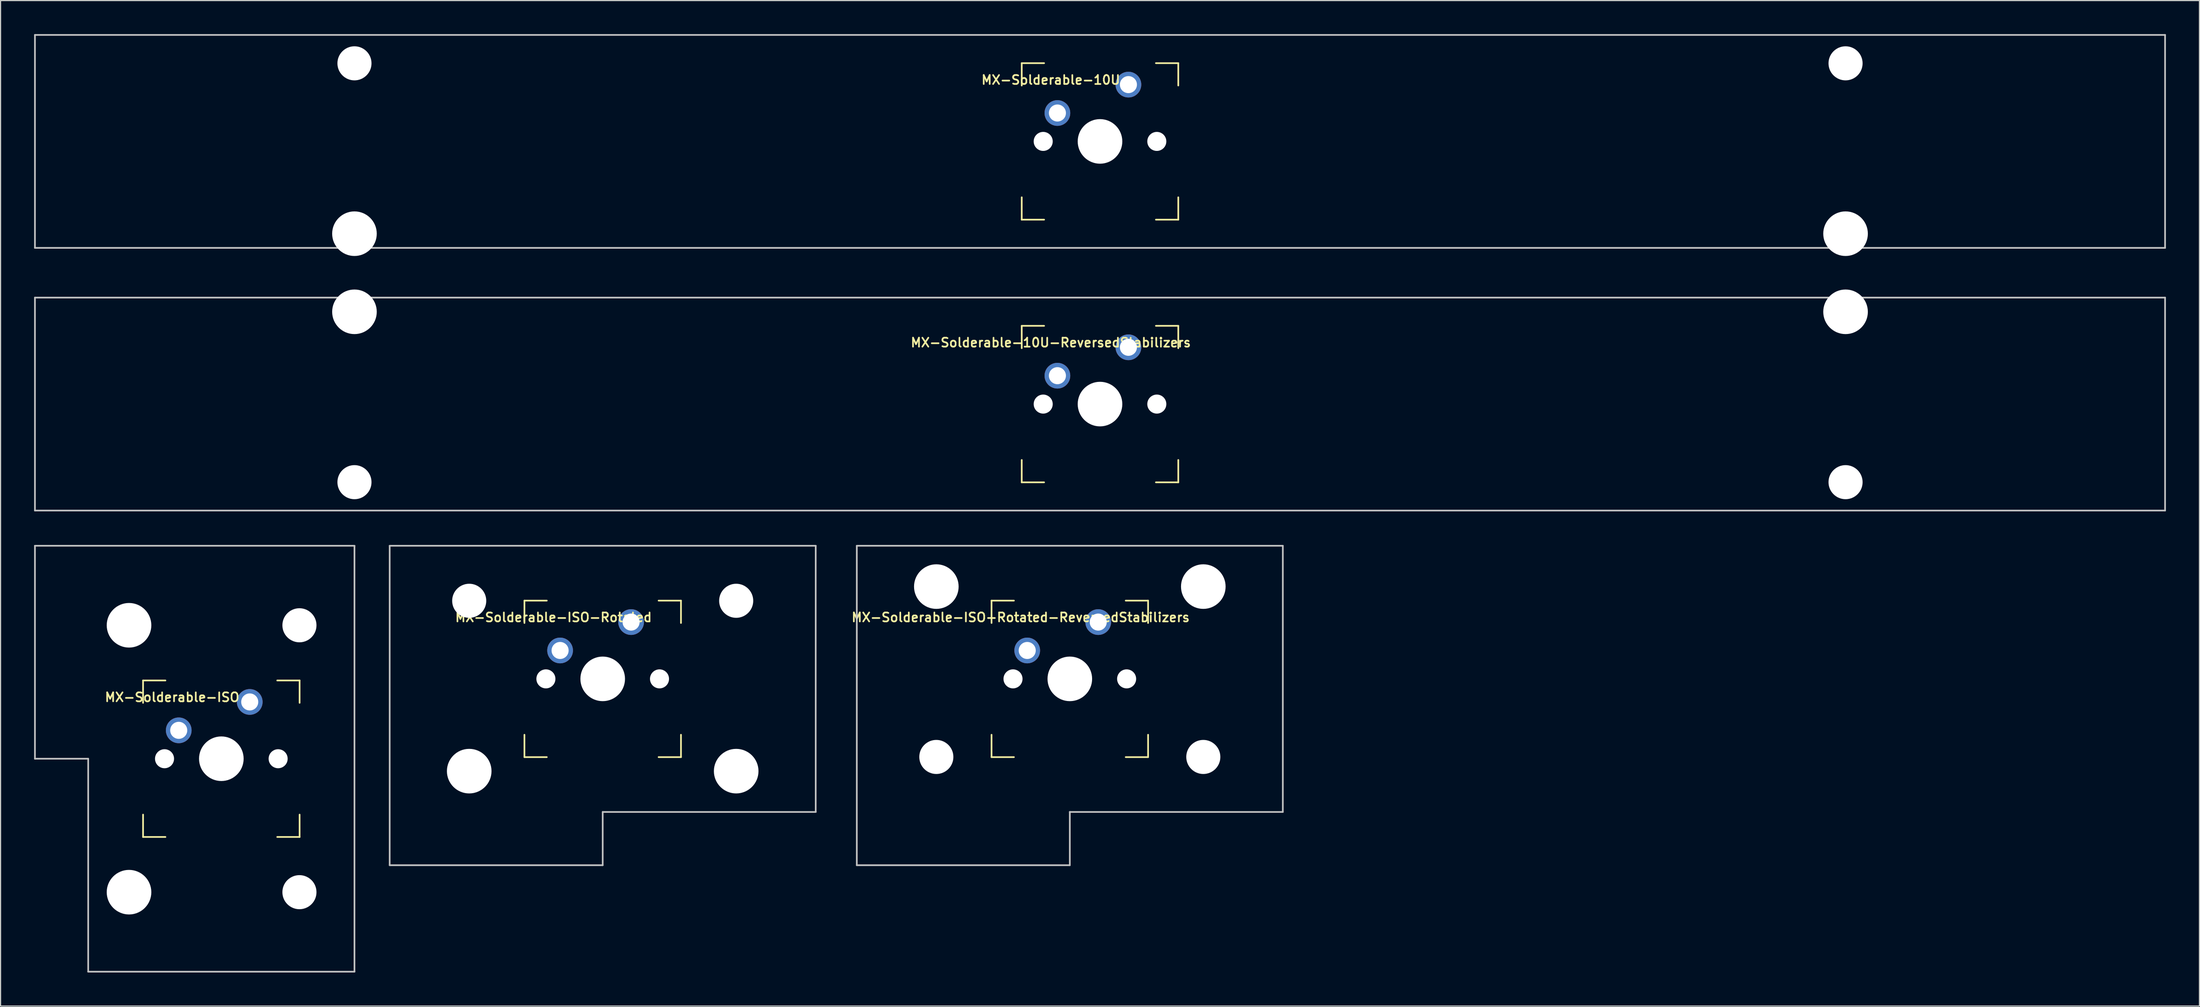
<source format=kicad_pcb>
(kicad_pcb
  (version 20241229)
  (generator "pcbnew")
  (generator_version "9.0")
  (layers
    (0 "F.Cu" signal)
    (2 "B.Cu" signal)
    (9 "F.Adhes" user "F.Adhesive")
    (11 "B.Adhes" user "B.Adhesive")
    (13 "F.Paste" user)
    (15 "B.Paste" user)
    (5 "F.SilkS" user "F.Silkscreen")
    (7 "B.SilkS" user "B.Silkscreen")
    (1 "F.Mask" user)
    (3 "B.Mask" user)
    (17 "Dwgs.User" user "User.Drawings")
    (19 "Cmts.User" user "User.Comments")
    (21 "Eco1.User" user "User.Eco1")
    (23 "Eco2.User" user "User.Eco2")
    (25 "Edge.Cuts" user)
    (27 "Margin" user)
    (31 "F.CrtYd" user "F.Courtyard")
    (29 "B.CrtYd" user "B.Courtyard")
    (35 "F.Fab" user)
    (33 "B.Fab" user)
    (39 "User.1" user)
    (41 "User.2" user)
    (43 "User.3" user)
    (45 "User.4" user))
  (footprint "MX-Solderable-10U"
    (layer "F.Cu")
    (at 95.325 9.6)
    (property "Reference" "MX-Solderable-10U" (at -4.4 -5.5 0) (layer "F.SilkS") (effects (font (size 0.8 0.8) (thickness 0.15))))
    (attr through_hole)
    (fp_line (start -7 -7) (end -7 -5) (stroke (width 0.15) (type solid)) (layer "F.SilkS"))
    (fp_line (start -7 5) (end -7 7) (stroke (width 0.15) (type solid)) (layer "F.SilkS"))
    (fp_line (start -7 7) (end -5 7) (stroke (width 0.15) (type solid)) (layer "F.SilkS"))
    (fp_line (start -5 -7) (end -7 -7) (stroke (width 0.15) (type solid)) (layer "F.SilkS"))
    (fp_line (start 5 -7) (end 7 -7) (stroke (width 0.15) (type solid)) (layer "F.SilkS"))
    (fp_line (start 5 7) (end 7 7) (stroke (width 0.15) (type solid)) (layer "F.SilkS"))
    (fp_line (start 7 -7) (end 7 -5) (stroke (width 0.15) (type solid)) (layer "F.SilkS"))
    (fp_line (start 7 7) (end 7 5) (stroke (width 0.15) (type solid)) (layer "F.SilkS"))
    (fp_line (start -95.25 9.525) (end -95.25 -9.525) (stroke (width 0.15) (type solid)) (layer "Dwgs.User"))
    (fp_line (start 95.25 -9.525) (end -95.25 -9.525) (stroke (width 0.15) (type solid)) (layer "Dwgs.User"))
    (fp_line (start 95.25 9.525) (end -95.25 9.525) (stroke (width 0.15) (type solid)) (layer "Dwgs.User"))
    (fp_line (start 95.25 9.525) (end 95.25 -9.525) (stroke (width 0.15) (type solid)) (layer "Dwgs.User"))
    (pad "" np_thru_hole circle (at -66.675 -6.985) (size 3.048 3.048) (drill 3.048) (layers "*.Cu" "*.Mask"))
    (pad "" np_thru_hole circle (at -66.675 8.255) (size 3.988 3.988) (drill 3.988) (layers "*.Cu" "*.Mask"))
    (pad "" np_thru_hole circle (at -5.08 0 48.099) (size 1.702 1.702) (drill 1.702) (layers "*.Cu" "*.Mask"))
    (pad "" np_thru_hole circle (at 0 0) (size 3.988 3.988) (drill 3.988) (layers "*.Cu" "*.Mask"))
    (pad "" np_thru_hole circle (at 5.08 0 48.099) (size 1.702 1.702) (drill 1.702) (layers "*.Cu" "*.Mask"))
    (pad "" np_thru_hole circle (at 66.675 -6.985) (size 3.048 3.048) (drill 3.048) (layers "*.Cu" "*.Mask"))
    (pad "" np_thru_hole circle (at 66.675 8.255) (size 3.988 3.988) (drill 3.988) (layers "*.Cu" "*.Mask"))
    (pad "1" thru_hole circle (at -3.81 -2.54) (size 2.3 2.3) (drill 1.524) (layers "*.Cu" "B.Mask"))
    (pad "2" thru_hole circle (at 2.54 -5.08) (size 2.3 2.3) (drill 1.524) (layers "*.Cu" "B.Mask")))
  (footprint "MX-Solderable-ISO"
    (layer "F.Cu")
    (at 16.744 64.823)
    (property "Reference" "MX-Solderable-ISO" (at -4.4 -5.5 0) (layer "F.SilkS") (effects (font (size 0.8 0.8) (thickness 0.15))))
    (attr through_hole)
    (fp_line (start -7 -7) (end -7 -5) (stroke (width 0.15) (type solid)) (layer "F.SilkS"))
    (fp_line (start -7 5) (end -7 7) (stroke (width 0.15) (type solid)) (layer "F.SilkS"))
    (fp_line (start -7 7) (end -5 7) (stroke (width 0.15) (type solid)) (layer "F.SilkS"))
    (fp_line (start -5 -7) (end -7 -7) (stroke (width 0.15) (type solid)) (layer "F.SilkS"))
    (fp_line (start 5 -7) (end 7 -7) (stroke (width 0.15) (type solid)) (layer "F.SilkS"))
    (fp_line (start 5 7) (end 7 7) (stroke (width 0.15) (type solid)) (layer "F.SilkS"))
    (fp_line (start 7 -7) (end 7 -5) (stroke (width 0.15) (type solid)) (layer "F.SilkS"))
    (fp_line (start 7 7) (end 7 5) (stroke (width 0.15) (type solid)) (layer "F.SilkS"))
    (fp_line (start -16.669 -19.05) (end -16.669 0) (stroke (width 0.15) (type solid)) (layer "Dwgs.User"))
    (fp_line (start -16.669 -19.05) (end 11.906 -19.05) (stroke (width 0.15) (type solid)) (layer "Dwgs.User"))
    (fp_line (start -11.906 0) (end -16.669 0) (stroke (width 0.15) (type solid)) (layer "Dwgs.User"))
    (fp_line (start -11.906 19.05) (end -11.906 0) (stroke (width 0.15) (type solid)) (layer "Dwgs.User"))
    (fp_line (start -11.906 19.05) (end 11.906 19.05) (stroke (width 0.15) (type solid)) (layer "Dwgs.User"))
    (fp_line (start 11.906 -19.05) (end 11.906 19.05) (stroke (width 0.15) (type solid)) (layer "Dwgs.User"))
    (pad "" np_thru_hole circle (at -8.255 -11.938) (size 3.988 3.988) (drill 3.988) (layers "*.Cu" "*.Mask"))
    (pad "" np_thru_hole circle (at -8.255 11.938) (size 3.988 3.988) (drill 3.988) (layers "*.Cu" "*.Mask"))
    (pad "" np_thru_hole circle (at -5.08 0 48.099) (size 1.702 1.702) (drill 1.702) (layers "*.Cu" "*.Mask"))
    (pad "" np_thru_hole circle (at 0 0) (size 3.988 3.988) (drill 3.988) (layers "*.Cu" "*.Mask"))
    (pad "" np_thru_hole circle (at 5.08 0 48.099) (size 1.702 1.702) (drill 1.702) (layers "*.Cu" "*.Mask"))
    (pad "" np_thru_hole circle (at 6.985 -11.938) (size 3.048 3.048) (drill 3.048) (layers "*.Cu" "*.Mask"))
    (pad "" np_thru_hole circle (at 6.985 11.938) (size 3.048 3.048) (drill 3.048) (layers "*.Cu" "*.Mask"))
    (pad "1" thru_hole circle (at -3.81 -2.54) (size 2.3 2.3) (drill 1.524) (layers "*.Cu" "B.Mask"))
    (pad "2" thru_hole circle (at 2.54 -5.08) (size 2.3 2.3) (drill 1.524) (layers "*.Cu" "B.Mask")))
  (footprint "MX-Solderable-ISO-Rotated-ReversedStabilizers"
    (layer "F.Cu")
    (at 92.625 57.679)
    (property "Reference" "MX-Solderable-ISO-Rotated-ReversedStabilizers" (at -4.4 -5.5 0) (layer "F.SilkS") (effects (font (size 0.8 0.8) (thickness 0.15))))
    (attr through_hole)
    (fp_line (start -7 -7) (end -7 -5) (stroke (width 0.15) (type solid)) (layer "F.SilkS"))
    (fp_line (start -7 5) (end -7 7) (stroke (width 0.15) (type solid)) (layer "F.SilkS"))
    (fp_line (start -7 7) (end -5 7) (stroke (width 0.15) (type solid)) (layer "F.SilkS"))
    (fp_line (start -5 -7) (end -7 -7) (stroke (width 0.15) (type solid)) (layer "F.SilkS"))
    (fp_line (start 5 -7) (end 7 -7) (stroke (width 0.15) (type solid)) (layer "F.SilkS"))
    (fp_line (start 5 7) (end 7 7) (stroke (width 0.15) (type solid)) (layer "F.SilkS"))
    (fp_line (start 7 -7) (end 7 -5) (stroke (width 0.15) (type solid)) (layer "F.SilkS"))
    (fp_line (start 7 7) (end 7 5) (stroke (width 0.15) (type solid)) (layer "F.SilkS"))
    (fp_line (start -19.05 -11.906) (end 19.05 -11.906) (stroke (width 0.15) (type solid)) (layer "Dwgs.User"))
    (fp_line (start -19.05 16.669) (end -19.05 -11.906) (stroke (width 0.15) (type solid)) (layer "Dwgs.User"))
    (fp_line (start -19.05 16.669) (end 0 16.669) (stroke (width 0.15) (type solid)) (layer "Dwgs.User"))
    (fp_line (start 0 11.906) (end 0 16.669) (stroke (width 0.15) (type solid)) (layer "Dwgs.User"))
    (fp_line (start 19.05 11.906) (end 0 11.906) (stroke (width 0.15) (type solid)) (layer "Dwgs.User"))
    (fp_line (start 19.05 11.906) (end 19.05 -11.906) (stroke (width 0.15) (type solid)) (layer "Dwgs.User"))
    (pad "" np_thru_hole circle (at -11.938 -8.255) (size 3.988 3.988) (drill 3.988) (layers "*.Cu" "*.Mask"))
    (pad "" np_thru_hole circle (at -11.938 6.985) (size 3.048 3.048) (drill 3.048) (layers "*.Cu" "*.Mask"))
    (pad "" np_thru_hole circle (at -5.08 0 48.099) (size 1.702 1.702) (drill 1.702) (layers "*.Cu" "*.Mask"))
    (pad "" np_thru_hole circle (at 0 0) (size 3.988 3.988) (drill 3.988) (layers "*.Cu" "*.Mask"))
    (pad "" np_thru_hole circle (at 5.08 0 48.099) (size 1.702 1.702) (drill 1.702) (layers "*.Cu" "*.Mask"))
    (pad "" np_thru_hole circle (at 11.938 -8.255) (size 3.988 3.988) (drill 3.988) (layers "*.Cu" "*.Mask"))
    (pad "" np_thru_hole circle (at 11.938 6.985) (size 3.048 3.048) (drill 3.048) (layers "*.Cu" "*.Mask"))
    (pad "1" thru_hole circle (at -3.81 -2.54) (size 2.3 2.3) (drill 1.524) (layers "*.Cu" "B.Mask"))
    (pad "2" thru_hole circle (at 2.54 -5.08) (size 2.3 2.3) (drill 1.524) (layers "*.Cu" "B.Mask")))
  (footprint "MX-Solderable-ISO-Rotated"
    (layer "F.Cu")
    (at 50.85 57.679)
    (property "Reference" "MX-Solderable-ISO-Rotated" (at -4.4 -5.5 0) (layer "F.SilkS") (effects (font (size 0.8 0.8) (thickness 0.15))))
    (attr through_hole)
    (fp_line (start -7 -7) (end -7 -5) (stroke (width 0.15) (type solid)) (layer "F.SilkS"))
    (fp_line (start -7 5) (end -7 7) (stroke (width 0.15) (type solid)) (layer "F.SilkS"))
    (fp_line (start -7 7) (end -5 7) (stroke (width 0.15) (type solid)) (layer "F.SilkS"))
    (fp_line (start -5 -7) (end -7 -7) (stroke (width 0.15) (type solid)) (layer "F.SilkS"))
    (fp_line (start 5 -7) (end 7 -7) (stroke (width 0.15) (type solid)) (layer "F.SilkS"))
    (fp_line (start 5 7) (end 7 7) (stroke (width 0.15) (type solid)) (layer "F.SilkS"))
    (fp_line (start 7 -7) (end 7 -5) (stroke (width 0.15) (type solid)) (layer "F.SilkS"))
    (fp_line (start 7 7) (end 7 5) (stroke (width 0.15) (type solid)) (layer "F.SilkS"))
    (fp_line (start -19.05 -11.906) (end 19.05 -11.906) (stroke (width 0.15) (type solid)) (layer "Dwgs.User"))
    (fp_line (start -19.05 16.669) (end -19.05 -11.906) (stroke (width 0.15) (type solid)) (layer "Dwgs.User"))
    (fp_line (start -19.05 16.669) (end 0 16.669) (stroke (width 0.15) (type solid)) (layer "Dwgs.User"))
    (fp_line (start 0 11.906) (end 0 16.669) (stroke (width 0.15) (type solid)) (layer "Dwgs.User"))
    (fp_line (start 19.05 11.906) (end 0 11.906) (stroke (width 0.15) (type solid)) (layer "Dwgs.User"))
    (fp_line (start 19.05 11.906) (end 19.05 -11.906) (stroke (width 0.15) (type solid)) (layer "Dwgs.User"))
    (pad "" np_thru_hole circle (at -11.938 -6.985) (size 3.048 3.048) (drill 3.048) (layers "*.Cu" "*.Mask"))
    (pad "" np_thru_hole circle (at -11.938 8.255) (size 3.988 3.988) (drill 3.988) (layers "*.Cu" "*.Mask"))
    (pad "" np_thru_hole circle (at -5.08 0 48.099) (size 1.702 1.702) (drill 1.702) (layers "*.Cu" "*.Mask"))
    (pad "" np_thru_hole circle (at 0 0) (size 3.988 3.988) (drill 3.988) (layers "*.Cu" "*.Mask"))
    (pad "" np_thru_hole circle (at 5.08 0 48.099) (size 1.702 1.702) (drill 1.702) (layers "*.Cu" "*.Mask"))
    (pad "" np_thru_hole circle (at 11.938 -6.985) (size 3.048 3.048) (drill 3.048) (layers "*.Cu" "*.Mask"))
    (pad "" np_thru_hole circle (at 11.938 8.255) (size 3.988 3.988) (drill 3.988) (layers "*.Cu" "*.Mask"))
    (pad "1" thru_hole circle (at -3.81 -2.54) (size 2.3 2.3) (drill 1.524) (layers "*.Cu" "B.Mask"))
    (pad "2" thru_hole circle (at 2.54 -5.08) (size 2.3 2.3) (drill 1.524) (layers "*.Cu" "B.Mask")))
  (footprint "MX-Solderable-10U-ReversedStabilizers"
    (layer "F.Cu")
    (at 95.325 33.098)
    (property "Reference" "MX-Solderable-10U-ReversedStabilizers" (at -4.4 -5.5 0) (layer "F.SilkS") (effects (font (size 0.8 0.8) (thickness 0.15))))
    (attr through_hole)
    (fp_line (start -7 -7) (end -7 -5) (stroke (width 0.15) (type solid)) (layer "F.SilkS"))
    (fp_line (start -7 5) (end -7 7) (stroke (width 0.15) (type solid)) (layer "F.SilkS"))
    (fp_line (start -7 7) (end -5 7) (stroke (width 0.15) (type solid)) (layer "F.SilkS"))
    (fp_line (start -5 -7) (end -7 -7) (stroke (width 0.15) (type solid)) (layer "F.SilkS"))
    (fp_line (start 5 -7) (end 7 -7) (stroke (width 0.15) (type solid)) (layer "F.SilkS"))
    (fp_line (start 5 7) (end 7 7) (stroke (width 0.15) (type solid)) (layer "F.SilkS"))
    (fp_line (start 7 -7) (end 7 -5) (stroke (width 0.15) (type solid)) (layer "F.SilkS"))
    (fp_line (start 7 7) (end 7 5) (stroke (width 0.15) (type solid)) (layer "F.SilkS"))
    (fp_line (start -95.25 9.525) (end -95.25 -9.525) (stroke (width 0.15) (type solid)) (layer "Dwgs.User"))
    (fp_line (start 95.25 -9.525) (end -95.25 -9.525) (stroke (width 0.15) (type solid)) (layer "Dwgs.User"))
    (fp_line (start 95.25 9.525) (end -95.25 9.525) (stroke (width 0.15) (type solid)) (layer "Dwgs.User"))
    (fp_line (start 95.25 9.525) (end 95.25 -9.525) (stroke (width 0.15) (type solid)) (layer "Dwgs.User"))
    (pad "" np_thru_hole circle (at -66.675 -8.255) (size 3.988 3.988) (drill 3.988) (layers "*.Cu" "*.Mask"))
    (pad "" np_thru_hole circle (at -66.675 6.985) (size 3.048 3.048) (drill 3.048) (layers "*.Cu" "*.Mask"))
    (pad "" np_thru_hole circle (at -5.08 0 48.099) (size 1.702 1.702) (drill 1.702) (layers "*.Cu" "*.Mask"))
    (pad "" np_thru_hole circle (at 0 0) (size 3.988 3.988) (drill 3.988) (layers "*.Cu" "*.Mask"))
    (pad "" np_thru_hole circle (at 5.08 0 48.099) (size 1.702 1.702) (drill 1.702) (layers "*.Cu" "*.Mask"))
    (pad "" np_thru_hole circle (at 66.675 -8.255) (size 3.988 3.988) (drill 3.988) (layers "*.Cu" "*.Mask"))
    (pad "" np_thru_hole circle (at 66.675 6.985) (size 3.048 3.048) (drill 3.048) (layers "*.Cu" "*.Mask"))
    (pad "1" thru_hole circle (at -3.81 -2.54) (size 2.3 2.3) (drill 1.524) (layers "*.Cu" "B.Mask"))
    (pad "2" thru_hole circle (at 2.54 -5.08) (size 2.3 2.3) (drill 1.524) (layers "*.Cu" "B.Mask")))
  (gr_rect
    (start -3 -3)
    (end 193.65 86.948)
    (stroke (width 0.1) (type default))
    (fill no)
    (layer "Edge.Cuts")))
</source>
